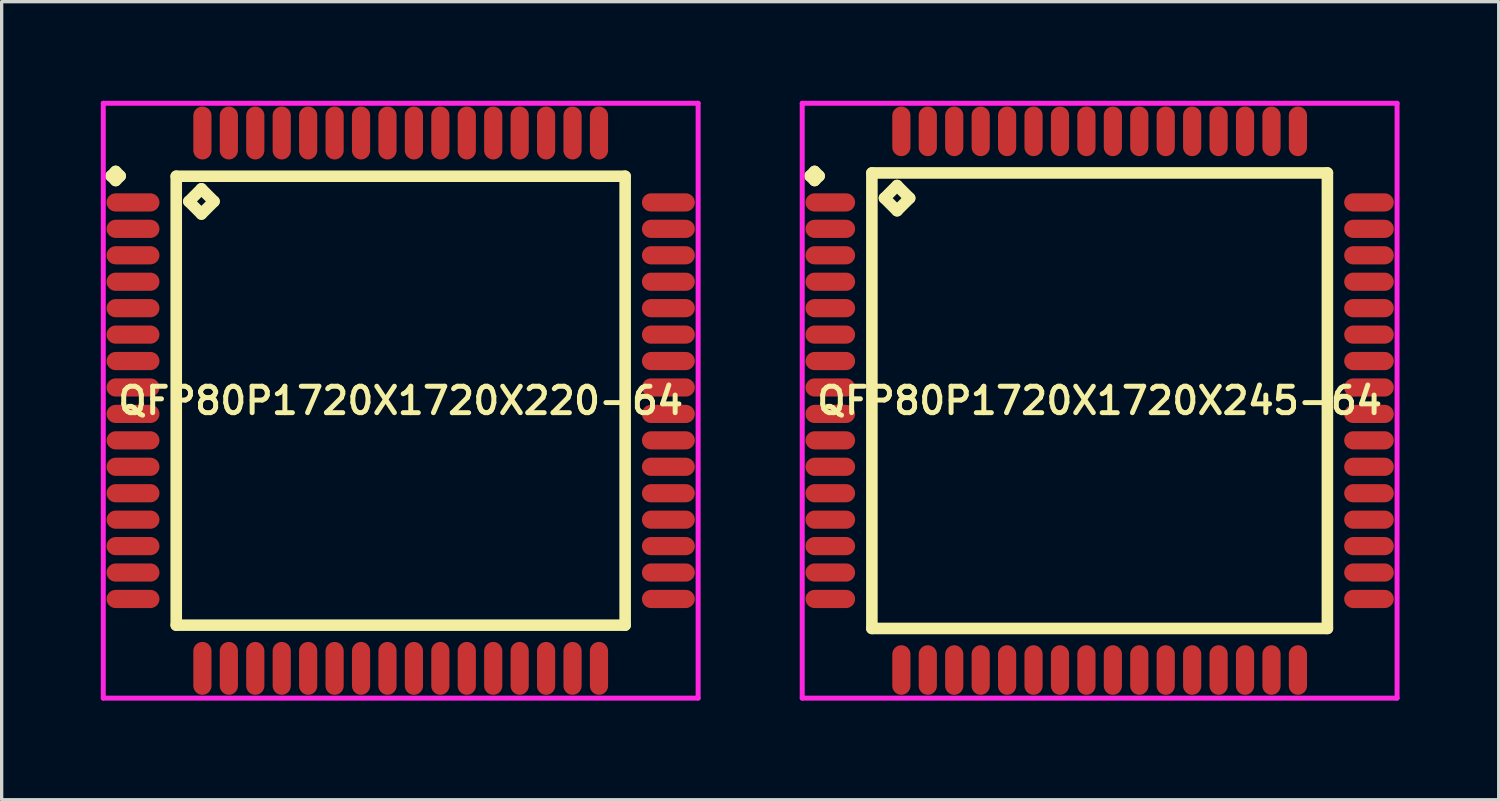
<source format=kicad_pcb>
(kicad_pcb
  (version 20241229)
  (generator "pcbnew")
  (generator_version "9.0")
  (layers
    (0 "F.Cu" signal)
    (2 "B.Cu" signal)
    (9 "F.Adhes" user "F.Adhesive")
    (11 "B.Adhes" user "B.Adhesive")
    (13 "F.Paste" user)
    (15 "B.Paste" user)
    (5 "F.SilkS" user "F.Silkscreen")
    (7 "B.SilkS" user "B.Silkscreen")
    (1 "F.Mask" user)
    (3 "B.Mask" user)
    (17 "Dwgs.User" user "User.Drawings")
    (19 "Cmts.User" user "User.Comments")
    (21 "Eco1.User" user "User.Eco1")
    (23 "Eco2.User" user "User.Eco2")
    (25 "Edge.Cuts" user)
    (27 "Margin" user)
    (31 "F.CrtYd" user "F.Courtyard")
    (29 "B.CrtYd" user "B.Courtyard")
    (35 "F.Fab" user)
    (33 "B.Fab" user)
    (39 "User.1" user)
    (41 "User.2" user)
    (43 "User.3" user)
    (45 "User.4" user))
  (footprint "QFP80P1720X1720X245-64"
    (layer "F.Cu")
    (at 30.225 9.075)
    (property "Reference" "QFP80P1720X1720X245-64" (at 0 0 0) (layer "F.SilkS") (effects (font (size 0.8 0.8) (thickness 0.15))))
    (attr through_hole)
    (fp_line (start -8.762 -6.8) (end -8.625 -6.938) (stroke (width 0.35) (type solid)) (layer "F.SilkS"))
    (fp_line (start -8.625 -6.938) (end -8.488 -6.8) (stroke (width 0.35) (type solid)) (layer "F.SilkS"))
    (fp_line (start -8.625 -6.662) (end -8.762 -6.8) (stroke (width 0.35) (type solid)) (layer "F.SilkS"))
    (fp_line (start -8.488 -6.8) (end -8.625 -6.662) (stroke (width 0.35) (type solid)) (layer "F.SilkS"))
    (fp_line (start -6.892 -6.892) (end -6.892 6.892) (stroke (width 0.35) (type solid)) (layer "F.SilkS"))
    (fp_line (start -6.892 6.892) (end 6.892 6.892) (stroke (width 0.35) (type solid)) (layer "F.SilkS"))
    (fp_line (start -6.511 -6.13) (end -6.13 -6.511) (stroke (width 0.35) (type solid)) (layer "F.SilkS"))
    (fp_line (start -6.13 -6.511) (end -5.749 -6.13) (stroke (width 0.35) (type solid)) (layer "F.SilkS"))
    (fp_line (start -6.13 -5.749) (end -6.511 -6.13) (stroke (width 0.35) (type solid)) (layer "F.SilkS"))
    (fp_line (start -5.749 -6.13) (end -6.13 -5.749) (stroke (width 0.35) (type solid)) (layer "F.SilkS"))
    (fp_line (start 6.892 -6.892) (end -6.892 -6.892) (stroke (width 0.35) (type solid)) (layer "F.SilkS"))
    (fp_line (start 6.892 6.892) (end 6.892 -6.892) (stroke (width 0.35) (type solid)) (layer "F.SilkS"))
    (fp_line (start -9 -9) (end 9 -9) (stroke (width 0.15) (type solid)) (layer "F.CrtYd"))
    (fp_line (start -9 9) (end -9 -9) (stroke (width 0.15) (type solid)) (layer "F.CrtYd"))
    (fp_line (start 9 -9) (end 9 9) (stroke (width 0.15) (type solid)) (layer "F.CrtYd"))
    (fp_line (start 9 9) (end -9 9) (stroke (width 0.15) (type solid)) (layer "F.CrtYd"))
    (pad "1" smd oval (at -8.15 -6) (size 1.5 0.55) (layers "F.Cu" "F.Mask" "F.Paste"))
    (pad "2" smd oval (at -8.15 -5.2) (size 1.5 0.55) (layers "F.Cu" "F.Mask" "F.Paste"))
    (pad "3" smd oval (at -8.15 -4.4) (size 1.5 0.55) (layers "F.Cu" "F.Mask" "F.Paste"))
    (pad "4" smd oval (at -8.15 -3.6) (size 1.5 0.55) (layers "F.Cu" "F.Mask" "F.Paste"))
    (pad "5" smd oval (at -8.15 -2.8) (size 1.5 0.55) (layers "F.Cu" "F.Mask" "F.Paste"))
    (pad "6" smd oval (at -8.15 -2) (size 1.5 0.55) (layers "F.Cu" "F.Mask" "F.Paste"))
    (pad "7" smd oval (at -8.15 -1.2) (size 1.5 0.55) (layers "F.Cu" "F.Mask" "F.Paste"))
    (pad "8" smd oval (at -8.15 -0.4) (size 1.5 0.55) (layers "F.Cu" "F.Mask" "F.Paste"))
    (pad "9" smd oval (at -8.15 0.4) (size 1.5 0.55) (layers "F.Cu" "F.Mask" "F.Paste"))
    (pad "10" smd oval (at -8.15 1.2) (size 1.5 0.55) (layers "F.Cu" "F.Mask" "F.Paste"))
    (pad "11" smd oval (at -8.15 2) (size 1.5 0.55) (layers "F.Cu" "F.Mask" "F.Paste"))
    (pad "12" smd oval (at -8.15 2.8) (size 1.5 0.55) (layers "F.Cu" "F.Mask" "F.Paste"))
    (pad "13" smd oval (at -8.15 3.6) (size 1.5 0.55) (layers "F.Cu" "F.Mask" "F.Paste"))
    (pad "14" smd oval (at -8.15 4.4) (size 1.5 0.55) (layers "F.Cu" "F.Mask" "F.Paste"))
    (pad "15" smd oval (at -8.15 5.2) (size 1.5 0.55) (layers "F.Cu" "F.Mask" "F.Paste"))
    (pad "16" smd oval (at -8.15 6) (size 1.5 0.55) (layers "F.Cu" "F.Mask" "F.Paste"))
    (pad "17" smd oval (at -6 8.15) (size 0.55 1.5) (layers "F.Cu" "F.Mask" "F.Paste"))
    (pad "18" smd oval (at -5.2 8.15) (size 0.55 1.5) (layers "F.Cu" "F.Mask" "F.Paste"))
    (pad "19" smd oval (at -4.4 8.15) (size 0.55 1.5) (layers "F.Cu" "F.Mask" "F.Paste"))
    (pad "20" smd oval (at -3.6 8.15) (size 0.55 1.5) (layers "F.Cu" "F.Mask" "F.Paste"))
    (pad "21" smd oval (at -2.8 8.15) (size 0.55 1.5) (layers "F.Cu" "F.Mask" "F.Paste"))
    (pad "22" smd oval (at -2 8.15) (size 0.55 1.5) (layers "F.Cu" "F.Mask" "F.Paste"))
    (pad "23" smd oval (at -1.2 8.15) (size 0.55 1.5) (layers "F.Cu" "F.Mask" "F.Paste"))
    (pad "24" smd oval (at -0.4 8.15) (size 0.55 1.5) (layers "F.Cu" "F.Mask" "F.Paste"))
    (pad "25" smd oval (at 0.4 8.15) (size 0.55 1.5) (layers "F.Cu" "F.Mask" "F.Paste"))
    (pad "26" smd oval (at 1.2 8.15) (size 0.55 1.5) (layers "F.Cu" "F.Mask" "F.Paste"))
    (pad "27" smd oval (at 2 8.15) (size 0.55 1.5) (layers "F.Cu" "F.Mask" "F.Paste"))
    (pad "28" smd oval (at 2.8 8.15) (size 0.55 1.5) (layers "F.Cu" "F.Mask" "F.Paste"))
    (pad "29" smd oval (at 3.6 8.15) (size 0.55 1.5) (layers "F.Cu" "F.Mask" "F.Paste"))
    (pad "30" smd oval (at 4.4 8.15) (size 0.55 1.5) (layers "F.Cu" "F.Mask" "F.Paste"))
    (pad "31" smd oval (at 5.2 8.15) (size 0.55 1.5) (layers "F.Cu" "F.Mask" "F.Paste"))
    (pad "32" smd oval (at 6 8.15) (size 0.55 1.5) (layers "F.Cu" "F.Mask" "F.Paste"))
    (pad "33" smd oval (at 8.15 6) (size 1.5 0.55) (layers "F.Cu" "F.Mask" "F.Paste"))
    (pad "34" smd oval (at 8.15 5.2) (size 1.5 0.55) (layers "F.Cu" "F.Mask" "F.Paste"))
    (pad "35" smd oval (at 8.15 4.4) (size 1.5 0.55) (layers "F.Cu" "F.Mask" "F.Paste"))
    (pad "36" smd oval (at 8.15 3.6) (size 1.5 0.55) (layers "F.Cu" "F.Mask" "F.Paste"))
    (pad "37" smd oval (at 8.15 2.8) (size 1.5 0.55) (layers "F.Cu" "F.Mask" "F.Paste"))
    (pad "38" smd oval (at 8.15 2) (size 1.5 0.55) (layers "F.Cu" "F.Mask" "F.Paste"))
    (pad "39" smd oval (at 8.15 1.2) (size 1.5 0.55) (layers "F.Cu" "F.Mask" "F.Paste"))
    (pad "40" smd oval (at 8.15 0.4) (size 1.5 0.55) (layers "F.Cu" "F.Mask" "F.Paste"))
    (pad "41" smd oval (at 8.15 -0.4) (size 1.5 0.55) (layers "F.Cu" "F.Mask" "F.Paste"))
    (pad "42" smd oval (at 8.15 -1.2) (size 1.5 0.55) (layers "F.Cu" "F.Mask" "F.Paste"))
    (pad "43" smd oval (at 8.15 -2) (size 1.5 0.55) (layers "F.Cu" "F.Mask" "F.Paste"))
    (pad "44" smd oval (at 8.15 -2.8) (size 1.5 0.55) (layers "F.Cu" "F.Mask" "F.Paste"))
    (pad "45" smd oval (at 8.15 -3.6) (size 1.5 0.55) (layers "F.Cu" "F.Mask" "F.Paste"))
    (pad "46" smd oval (at 8.15 -4.4) (size 1.5 0.55) (layers "F.Cu" "F.Mask" "F.Paste"))
    (pad "47" smd oval (at 8.15 -5.2) (size 1.5 0.55) (layers "F.Cu" "F.Mask" "F.Paste"))
    (pad "48" smd oval (at 8.15 -6) (size 1.5 0.55) (layers "F.Cu" "F.Mask" "F.Paste"))
    (pad "49" smd oval (at 6 -8.15) (size 0.55 1.5) (layers "F.Cu" "F.Mask" "F.Paste"))
    (pad "50" smd oval (at 5.2 -8.15) (size 0.55 1.5) (layers "F.Cu" "F.Mask" "F.Paste"))
    (pad "51" smd oval (at 4.4 -8.15) (size 0.55 1.5) (layers "F.Cu" "F.Mask" "F.Paste"))
    (pad "52" smd oval (at 3.6 -8.15) (size 0.55 1.5) (layers "F.Cu" "F.Mask" "F.Paste"))
    (pad "53" smd oval (at 2.8 -8.15) (size 0.55 1.5) (layers "F.Cu" "F.Mask" "F.Paste"))
    (pad "54" smd oval (at 2 -8.15) (size 0.55 1.5) (layers "F.Cu" "F.Mask" "F.Paste"))
    (pad "55" smd oval (at 1.2 -8.15) (size 0.55 1.5) (layers "F.Cu" "F.Mask" "F.Paste"))
    (pad "56" smd oval (at 0.4 -8.15) (size 0.55 1.5) (layers "F.Cu" "F.Mask" "F.Paste"))
    (pad "57" smd oval (at -0.4 -8.15) (size 0.55 1.5) (layers "F.Cu" "F.Mask" "F.Paste"))
    (pad "58" smd oval (at -1.2 -8.15) (size 0.55 1.5) (layers "F.Cu" "F.Mask" "F.Paste"))
    (pad "59" smd oval (at -2 -8.15) (size 0.55 1.5) (layers "F.Cu" "F.Mask" "F.Paste"))
    (pad "60" smd oval (at -2.8 -8.15) (size 0.55 1.5) (layers "F.Cu" "F.Mask" "F.Paste"))
    (pad "61" smd oval (at -3.6 -8.15) (size 0.55 1.5) (layers "F.Cu" "F.Mask" "F.Paste"))
    (pad "62" smd oval (at -4.4 -8.15) (size 0.55 1.5) (layers "F.Cu" "F.Mask" "F.Paste"))
    (pad "63" smd oval (at -5.2 -8.15) (size 0.55 1.5) (layers "F.Cu" "F.Mask" "F.Paste"))
    (pad "64" smd oval (at -6 -8.15) (size 0.55 1.5) (layers "F.Cu" "F.Mask" "F.Paste")))
  (footprint "QFP80P1720X1720X220-64"
    (layer "F.Cu")
    (at 9.075 9.075)
    (property "Reference" "QFP80P1720X1720X220-64" (at 0 0 0) (layer "F.SilkS") (effects (font (size 0.8 0.8) (thickness 0.15))))
    (attr through_hole)
    (fp_line (start -8.762 -6.8) (end -8.625 -6.938) (stroke (width 0.35) (type solid)) (layer "F.SilkS"))
    (fp_line (start -8.625 -6.938) (end -8.488 -6.8) (stroke (width 0.35) (type solid)) (layer "F.SilkS"))
    (fp_line (start -8.625 -6.662) (end -8.762 -6.8) (stroke (width 0.35) (type solid)) (layer "F.SilkS"))
    (fp_line (start -8.488 -6.8) (end -8.625 -6.662) (stroke (width 0.35) (type solid)) (layer "F.SilkS"))
    (fp_line (start -6.792 -6.792) (end -6.792 6.792) (stroke (width 0.35) (type solid)) (layer "F.SilkS"))
    (fp_line (start -6.792 6.792) (end 6.792 6.792) (stroke (width 0.35) (type solid)) (layer "F.SilkS"))
    (fp_line (start -6.411 -6.03) (end -6.03 -6.411) (stroke (width 0.35) (type solid)) (layer "F.SilkS"))
    (fp_line (start -6.03 -6.411) (end -5.649 -6.03) (stroke (width 0.35) (type solid)) (layer "F.SilkS"))
    (fp_line (start -6.03 -5.649) (end -6.411 -6.03) (stroke (width 0.35) (type solid)) (layer "F.SilkS"))
    (fp_line (start -5.649 -6.03) (end -6.03 -5.649) (stroke (width 0.35) (type solid)) (layer "F.SilkS"))
    (fp_line (start 6.792 -6.792) (end -6.792 -6.792) (stroke (width 0.35) (type solid)) (layer "F.SilkS"))
    (fp_line (start 6.792 6.792) (end 6.792 -6.792) (stroke (width 0.35) (type solid)) (layer "F.SilkS"))
    (fp_line (start -9 -9) (end 9 -9) (stroke (width 0.15) (type solid)) (layer "F.CrtYd"))
    (fp_line (start -9 9) (end -9 -9) (stroke (width 0.15) (type solid)) (layer "F.CrtYd"))
    (fp_line (start 9 -9) (end 9 9) (stroke (width 0.15) (type solid)) (layer "F.CrtYd"))
    (fp_line (start 9 9) (end -9 9) (stroke (width 0.15) (type solid)) (layer "F.CrtYd"))
    (pad "1" smd oval (at -8.1 -6) (size 1.6 0.55) (layers "F.Cu" "F.Mask" "F.Paste"))
    (pad "2" smd oval (at -8.1 -5.2) (size 1.6 0.55) (layers "F.Cu" "F.Mask" "F.Paste"))
    (pad "3" smd oval (at -8.1 -4.4) (size 1.6 0.55) (layers "F.Cu" "F.Mask" "F.Paste"))
    (pad "4" smd oval (at -8.1 -3.6) (size 1.6 0.55) (layers "F.Cu" "F.Mask" "F.Paste"))
    (pad "5" smd oval (at -8.1 -2.8) (size 1.6 0.55) (layers "F.Cu" "F.Mask" "F.Paste"))
    (pad "6" smd oval (at -8.1 -2) (size 1.6 0.55) (layers "F.Cu" "F.Mask" "F.Paste"))
    (pad "7" smd oval (at -8.1 -1.2) (size 1.6 0.55) (layers "F.Cu" "F.Mask" "F.Paste"))
    (pad "8" smd oval (at -8.1 -0.4) (size 1.6 0.55) (layers "F.Cu" "F.Mask" "F.Paste"))
    (pad "9" smd oval (at -8.1 0.4) (size 1.6 0.55) (layers "F.Cu" "F.Mask" "F.Paste"))
    (pad "10" smd oval (at -8.1 1.2) (size 1.6 0.55) (layers "F.Cu" "F.Mask" "F.Paste"))
    (pad "11" smd oval (at -8.1 2) (size 1.6 0.55) (layers "F.Cu" "F.Mask" "F.Paste"))
    (pad "12" smd oval (at -8.1 2.8) (size 1.6 0.55) (layers "F.Cu" "F.Mask" "F.Paste"))
    (pad "13" smd oval (at -8.1 3.6) (size 1.6 0.55) (layers "F.Cu" "F.Mask" "F.Paste"))
    (pad "14" smd oval (at -8.1 4.4) (size 1.6 0.55) (layers "F.Cu" "F.Mask" "F.Paste"))
    (pad "15" smd oval (at -8.1 5.2) (size 1.6 0.55) (layers "F.Cu" "F.Mask" "F.Paste"))
    (pad "16" smd oval (at -8.1 6) (size 1.6 0.55) (layers "F.Cu" "F.Mask" "F.Paste"))
    (pad "17" smd oval (at -6 8.1) (size 0.55 1.6) (layers "F.Cu" "F.Mask" "F.Paste"))
    (pad "18" smd oval (at -5.2 8.1) (size 0.55 1.6) (layers "F.Cu" "F.Mask" "F.Paste"))
    (pad "19" smd oval (at -4.4 8.1) (size 0.55 1.6) (layers "F.Cu" "F.Mask" "F.Paste"))
    (pad "20" smd oval (at -3.6 8.1) (size 0.55 1.6) (layers "F.Cu" "F.Mask" "F.Paste"))
    (pad "21" smd oval (at -2.8 8.1) (size 0.55 1.6) (layers "F.Cu" "F.Mask" "F.Paste"))
    (pad "22" smd oval (at -2 8.1) (size 0.55 1.6) (layers "F.Cu" "F.Mask" "F.Paste"))
    (pad "23" smd oval (at -1.2 8.1) (size 0.55 1.6) (layers "F.Cu" "F.Mask" "F.Paste"))
    (pad "24" smd oval (at -0.4 8.1) (size 0.55 1.6) (layers "F.Cu" "F.Mask" "F.Paste"))
    (pad "25" smd oval (at 0.4 8.1) (size 0.55 1.6) (layers "F.Cu" "F.Mask" "F.Paste"))
    (pad "26" smd oval (at 1.2 8.1) (size 0.55 1.6) (layers "F.Cu" "F.Mask" "F.Paste"))
    (pad "27" smd oval (at 2 8.1) (size 0.55 1.6) (layers "F.Cu" "F.Mask" "F.Paste"))
    (pad "28" smd oval (at 2.8 8.1) (size 0.55 1.6) (layers "F.Cu" "F.Mask" "F.Paste"))
    (pad "29" smd oval (at 3.6 8.1) (size 0.55 1.6) (layers "F.Cu" "F.Mask" "F.Paste"))
    (pad "30" smd oval (at 4.4 8.1) (size 0.55 1.6) (layers "F.Cu" "F.Mask" "F.Paste"))
    (pad "31" smd oval (at 5.2 8.1) (size 0.55 1.6) (layers "F.Cu" "F.Mask" "F.Paste"))
    (pad "32" smd oval (at 6 8.1) (size 0.55 1.6) (layers "F.Cu" "F.Mask" "F.Paste"))
    (pad "33" smd oval (at 8.1 6) (size 1.6 0.55) (layers "F.Cu" "F.Mask" "F.Paste"))
    (pad "34" smd oval (at 8.1 5.2) (size 1.6 0.55) (layers "F.Cu" "F.Mask" "F.Paste"))
    (pad "35" smd oval (at 8.1 4.4) (size 1.6 0.55) (layers "F.Cu" "F.Mask" "F.Paste"))
    (pad "36" smd oval (at 8.1 3.6) (size 1.6 0.55) (layers "F.Cu" "F.Mask" "F.Paste"))
    (pad "37" smd oval (at 8.1 2.8) (size 1.6 0.55) (layers "F.Cu" "F.Mask" "F.Paste"))
    (pad "38" smd oval (at 8.1 2) (size 1.6 0.55) (layers "F.Cu" "F.Mask" "F.Paste"))
    (pad "39" smd oval (at 8.1 1.2) (size 1.6 0.55) (layers "F.Cu" "F.Mask" "F.Paste"))
    (pad "40" smd oval (at 8.1 0.4) (size 1.6 0.55) (layers "F.Cu" "F.Mask" "F.Paste"))
    (pad "41" smd oval (at 8.1 -0.4) (size 1.6 0.55) (layers "F.Cu" "F.Mask" "F.Paste"))
    (pad "42" smd oval (at 8.1 -1.2) (size 1.6 0.55) (layers "F.Cu" "F.Mask" "F.Paste"))
    (pad "43" smd oval (at 8.1 -2) (size 1.6 0.55) (layers "F.Cu" "F.Mask" "F.Paste"))
    (pad "44" smd oval (at 8.1 -2.8) (size 1.6 0.55) (layers "F.Cu" "F.Mask" "F.Paste"))
    (pad "45" smd oval (at 8.1 -3.6) (size 1.6 0.55) (layers "F.Cu" "F.Mask" "F.Paste"))
    (pad "46" smd oval (at 8.1 -4.4) (size 1.6 0.55) (layers "F.Cu" "F.Mask" "F.Paste"))
    (pad "47" smd oval (at 8.1 -5.2) (size 1.6 0.55) (layers "F.Cu" "F.Mask" "F.Paste"))
    (pad "48" smd oval (at 8.1 -6) (size 1.6 0.55) (layers "F.Cu" "F.Mask" "F.Paste"))
    (pad "49" smd oval (at 6 -8.1) (size 0.55 1.6) (layers "F.Cu" "F.Mask" "F.Paste"))
    (pad "50" smd oval (at 5.2 -8.1) (size 0.55 1.6) (layers "F.Cu" "F.Mask" "F.Paste"))
    (pad "51" smd oval (at 4.4 -8.1) (size 0.55 1.6) (layers "F.Cu" "F.Mask" "F.Paste"))
    (pad "52" smd oval (at 3.6 -8.1) (size 0.55 1.6) (layers "F.Cu" "F.Mask" "F.Paste"))
    (pad "53" smd oval (at 2.8 -8.1) (size 0.55 1.6) (layers "F.Cu" "F.Mask" "F.Paste"))
    (pad "54" smd oval (at 2 -8.1) (size 0.55 1.6) (layers "F.Cu" "F.Mask" "F.Paste"))
    (pad "55" smd oval (at 1.2 -8.1) (size 0.55 1.6) (layers "F.Cu" "F.Mask" "F.Paste"))
    (pad "56" smd oval (at 0.4 -8.1) (size 0.55 1.6) (layers "F.Cu" "F.Mask" "F.Paste"))
    (pad "57" smd oval (at -0.4 -8.1) (size 0.55 1.6) (layers "F.Cu" "F.Mask" "F.Paste"))
    (pad "58" smd oval (at -1.2 -8.1) (size 0.55 1.6) (layers "F.Cu" "F.Mask" "F.Paste"))
    (pad "59" smd oval (at -2 -8.1) (size 0.55 1.6) (layers "F.Cu" "F.Mask" "F.Paste"))
    (pad "60" smd oval (at -2.8 -8.1) (size 0.55 1.6) (layers "F.Cu" "F.Mask" "F.Paste"))
    (pad "61" smd oval (at -3.6 -8.1) (size 0.55 1.6) (layers "F.Cu" "F.Mask" "F.Paste"))
    (pad "62" smd oval (at -4.4 -8.1) (size 0.55 1.6) (layers "F.Cu" "F.Mask" "F.Paste"))
    (pad "63" smd oval (at -5.2 -8.1) (size 0.55 1.6) (layers "F.Cu" "F.Mask" "F.Paste"))
    (pad "64" smd oval (at -6 -8.1) (size 0.55 1.6) (layers "F.Cu" "F.Mask" "F.Paste")))
  (gr_rect
    (start -3 -3)
    (end 42.3 21.15)
    (stroke (width 0.1) (type default))
    (fill no)
    (layer "Edge.Cuts")))
</source>
